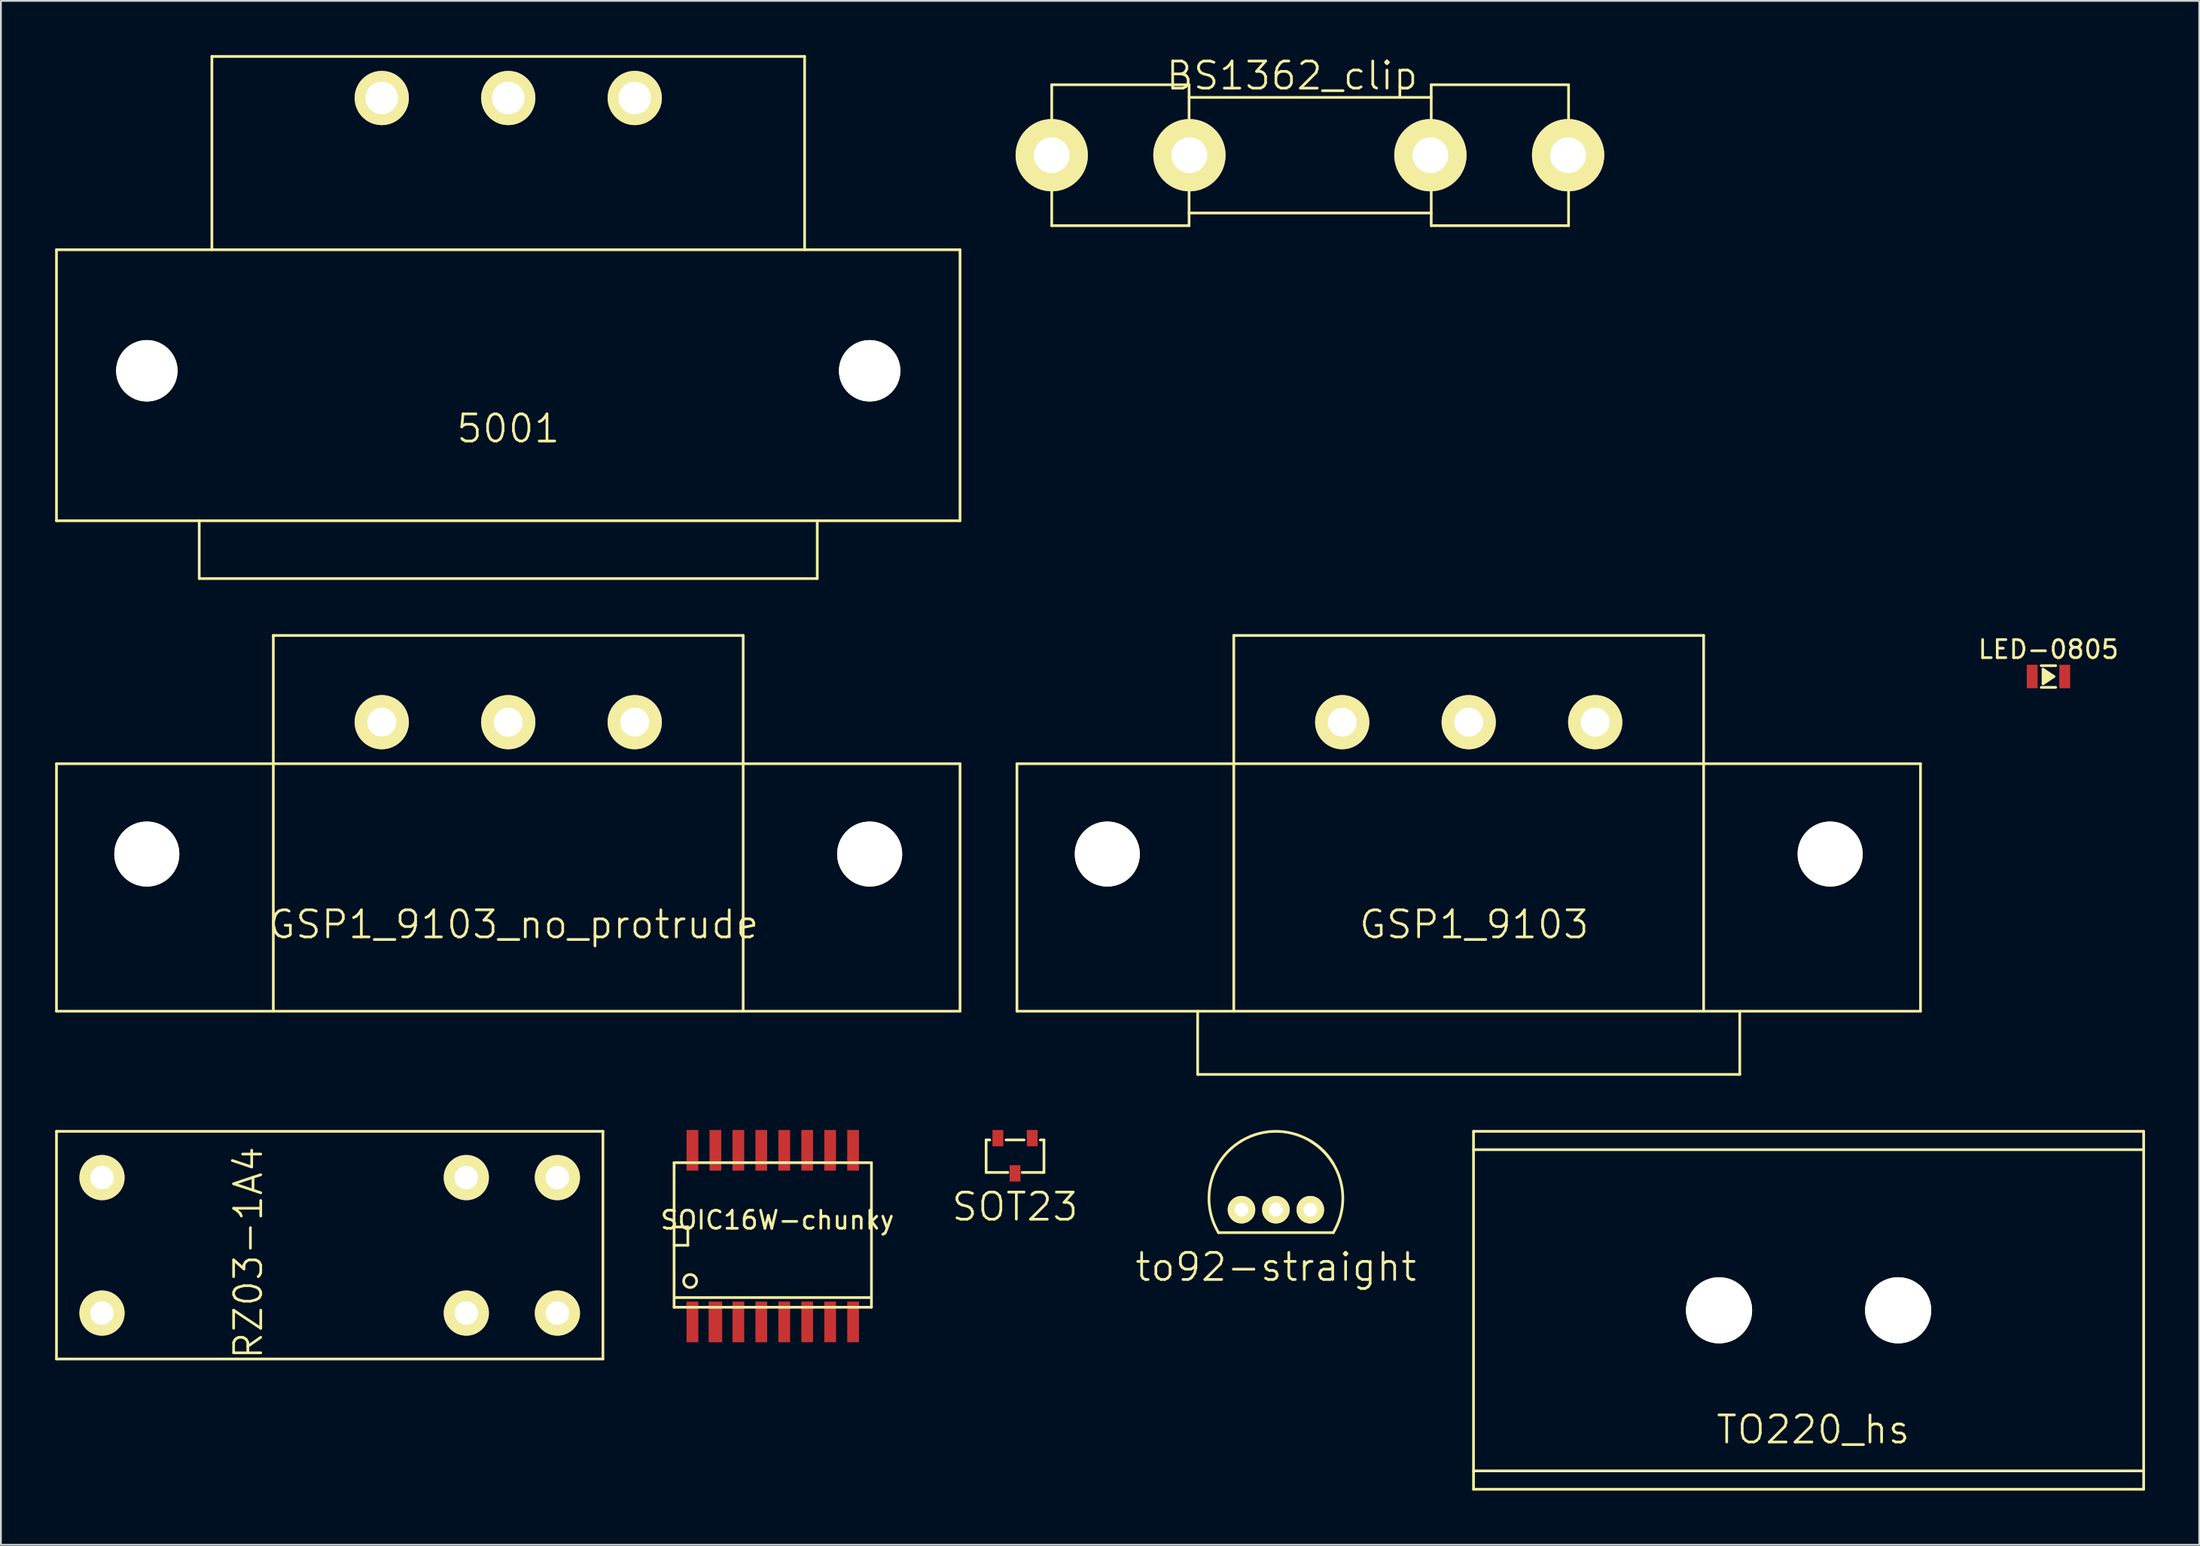
<source format=kicad_pcb>
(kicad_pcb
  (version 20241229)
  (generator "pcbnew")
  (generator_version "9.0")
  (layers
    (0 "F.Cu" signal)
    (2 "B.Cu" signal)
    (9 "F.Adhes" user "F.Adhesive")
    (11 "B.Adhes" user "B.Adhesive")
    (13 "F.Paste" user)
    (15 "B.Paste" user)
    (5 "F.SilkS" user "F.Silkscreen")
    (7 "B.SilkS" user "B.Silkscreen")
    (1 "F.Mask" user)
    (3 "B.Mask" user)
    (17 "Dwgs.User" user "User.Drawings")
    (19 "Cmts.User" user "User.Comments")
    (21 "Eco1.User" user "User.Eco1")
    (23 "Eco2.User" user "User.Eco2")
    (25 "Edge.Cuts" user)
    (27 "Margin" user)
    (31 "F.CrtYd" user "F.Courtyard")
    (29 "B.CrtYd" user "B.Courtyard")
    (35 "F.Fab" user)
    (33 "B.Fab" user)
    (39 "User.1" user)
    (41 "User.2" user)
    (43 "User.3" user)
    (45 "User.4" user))
  (footprint "SOT23"
    (layer "F.Cu")
    (at 53.12 61.95)
    (property "Reference" "SOT23" (at 0 1.8 0) (layer "F.SilkS") (effects (font (size 1.5 1.5) (thickness 0.15))))
    (attr through_hole)
    (fp_line (start -1.6 -1.9) (end -1.6 -0.1) (stroke (width 0.15) (type solid)) (layer "F.SilkS"))
    (fp_line (start -1.6 -0.1) (end -0.4 -0.1) (stroke (width 0.15) (type solid)) (layer "F.SilkS"))
    (fp_line (start -1.4 -1.9) (end -1.6 -1.9) (stroke (width 0.15) (type solid)) (layer "F.SilkS"))
    (fp_line (start 0.4 -0.1) (end 1.6 -0.1) (stroke (width 0.15) (type solid)) (layer "F.SilkS"))
    (fp_line (start 0.5 -1.9) (end -0.5 -1.9) (stroke (width 0.15) (type solid)) (layer "F.SilkS"))
    (fp_line (start 1.6 -1.9) (end 1.4 -1.9) (stroke (width 0.15) (type solid)) (layer "F.SilkS"))
    (fp_line (start 1.6 -0.1) (end 1.6 -1.9) (stroke (width 0.15) (type solid)) (layer "F.SilkS"))
    (pad "1" smd rect (at -0.95 -2) (size 0.6 0.9) (layers "F.Cu" "F.Mask" "F.Paste"))
    (pad "2" smd rect (at 0.95 -2) (size 0.6 0.9) (layers "F.Cu" "F.Mask" "F.Paste"))
    (pad "3" smd rect (at 0 -0.05) (size 0.6 0.9) (layers "F.Cu" "F.Mask" "F.Paste")))
  (footprint "GSP1_9103_no_protrude"
    (layer "F.Cu")
    (at 25.075 44.225)
    (property "Reference" "GSP1_9103_no_protrude" (at 0.3 3.9 0) (layer "F.SilkS") (effects (font (size 1.5 1.5) (thickness 0.15))))
    (attr through_hole)
    (fp_line (start -25 -5) (end -25 8.7) (stroke (width 0.15) (type solid)) (layer "F.SilkS"))
    (fp_line (start -25 -5) (end 25 -5) (stroke (width 0.15) (type solid)) (layer "F.SilkS"))
    (fp_line (start -25 8.7) (end 25 8.7) (stroke (width 0.15) (type solid)) (layer "F.SilkS"))
    (fp_line (start -13 -12.1) (end -13 8.7) (stroke (width 0.15) (type solid)) (layer "F.SilkS"))
    (fp_line (start -13 -12.1) (end 13 -12.1) (stroke (width 0.15) (type solid)) (layer "F.SilkS"))
    (fp_line (start 13 -12.1) (end 13 8.7) (stroke (width 0.15) (type solid)) (layer "F.SilkS"))
    (fp_line (start 25 -5) (end 25 8.7) (stroke (width 0.15) (type solid)) (layer "F.SilkS"))
    (pad "" np_thru_hole circle (at -20 0) (size 3.6 3.6) (drill 3.6) (layers "*.Cu" "*.Mask" "F.SilkS"))
    (pad "" np_thru_hole circle (at 20 0) (size 3.6 3.6) (drill 3.6) (layers "*.Cu" "*.Mask" "F.SilkS"))
    (pad "1" thru_hole circle (at 0 -7.3) (size 3 3) (drill 1.6) (layers "*.Cu" "*.Mask" "F.SilkS"))
    (pad "2" thru_hole circle (at 7 -7.3) (size 3 3) (drill 1.6) (layers "*.Cu" "*.Mask" "F.SilkS"))
    (pad "3" thru_hole circle (at -7 -7.3) (size 3 3) (drill 1.6) (layers "*.Cu" "*.Mask" "F.SilkS")))
  (footprint "5001"
    (layer "F.Cu")
    (at 25.075 17.475)
    (property "Reference" "5001" (at 0 3.2 0) (layer "F.SilkS") (effects (font (size 1.5 1.5) (thickness 0.15))))
    (attr through_hole)
    (fp_line (start -25 -6.7) (end 25 -6.7) (stroke (width 0.15) (type solid)) (layer "F.SilkS"))
    (fp_line (start -25 8.3) (end -25 -6.7) (stroke (width 0.15) (type solid)) (layer "F.SilkS"))
    (fp_line (start -17.1 11.5) (end -17.1 8.3) (stroke (width 0.15) (type solid)) (layer "F.SilkS"))
    (fp_line (start -16.4 -17.4) (end -16.4 -6.7) (stroke (width 0.15) (type solid)) (layer "F.SilkS"))
    (fp_line (start 16.4 -17.4) (end -16.4 -17.4) (stroke (width 0.15) (type solid)) (layer "F.SilkS"))
    (fp_line (start 16.4 -17.4) (end 16.4 -6.7) (stroke (width 0.15) (type solid)) (layer "F.SilkS"))
    (fp_line (start 17.1 11.5) (end -17.1 11.5) (stroke (width 0.15) (type solid)) (layer "F.SilkS"))
    (fp_line (start 17.1 11.5) (end 17.1 8.3) (stroke (width 0.15) (type solid)) (layer "F.SilkS"))
    (fp_line (start 25 8.3) (end -25 8.3) (stroke (width 0.15) (type solid)) (layer "F.SilkS"))
    (fp_line (start 25 8.3) (end 25 -6.7) (stroke (width 0.15) (type solid)) (layer "F.SilkS"))
    (pad "" np_thru_hole circle (at -20 0) (size 3.4 3.4) (drill 3.4) (layers "*.Cu" "*.Mask" "F.SilkS"))
    (pad "" np_thru_hole circle (at 20 0) (size 3.4 3.4) (drill 3.4) (layers "*.Cu" "*.Mask" "F.SilkS"))
    (pad "1" thru_hole circle (at 0 -15.1) (size 3 3) (drill 1.8) (layers "*.Cu" "*.Mask" "F.SilkS"))
    (pad "2" thru_hole circle (at -7 -15.1) (size 3 3) (drill 1.8) (layers "*.Cu" "*.Mask" "F.SilkS"))
    (pad "3" thru_hole circle (at 7 -15.1) (size 3 3) (drill 1.8) (layers "*.Cu" "*.Mask" "F.SilkS")))
  (footprint "RZ03-1A4"
    (layer "F.Cu")
    (at 10.155 67.135)
    (property "Reference" "RZ03-1A4" (at 0.537 -0.838 90) (layer "F.SilkS") (effects (font (size 1.5 1.5) (thickness 0.15))))
    (attr through_hole)
    (fp_line (start -10.08 -7.56) (end 20.16 -7.56) (stroke (width 0.15) (type solid)) (layer "F.SilkS"))
    (fp_line (start -10.08 5.04) (end -10.08 -7.56) (stroke (width 0.15) (type solid)) (layer "F.SilkS"))
    (fp_line (start 20.16 -7.56) (end 20.16 5.04) (stroke (width 0.15) (type solid)) (layer "F.SilkS"))
    (fp_line (start 20.16 5.04) (end -10.08 5.04) (stroke (width 0.15) (type solid)) (layer "F.SilkS"))
    (pad "1" thru_hole circle (at -7.56 -5) (size 2.5 2.5) (drill 1.3) (layers "*.Cu" "*.Mask" "F.SilkS"))
    (pad "2" thru_hole circle (at -7.56 2.5) (size 2.5 2.5) (drill 1.3) (layers "*.Cu" "*.Mask" "F.SilkS"))
    (pad "3" thru_hole circle (at 12.6 -5) (size 2.5 2.5) (drill 1.3) (layers "*.Cu" "*.Mask" "F.SilkS"))
    (pad "3" thru_hole circle (at 12.6 2.5) (size 2.5 2.5) (drill 1.3) (layers "*.Cu" "*.Mask" "F.SilkS"))
    (pad "4" thru_hole circle (at 17.64 -5) (size 2.5 2.5) (drill 1.3) (layers "*.Cu" "*.Mask" "F.SilkS"))
    (pad "4" thru_hole circle (at 17.64 2.5) (size 2.5 2.5) (drill 1.3) (layers "*.Cu" "*.Mask" "F.SilkS")))
  (footprint "LED-0805"
    (layer "F.Cu")
    (at 110.306 34.398)
    (property "Reference" "LED-0805" (at 0 -1.5 0) (layer "F.SilkS") (effects (font (size 1 1) (thickness 0.15))))
    (attr smd)
    (fp_line (start -0.4 -0.6) (end 0.4 -0.6) (stroke (width 0.15) (type solid)) (layer "F.SilkS"))
    (fp_line (start -0.4 0.6) (end 0.4 0.6) (stroke (width 0.15) (type solid)) (layer "F.SilkS"))
    (fp_line (start -0.3 -0.4) (end -0.3 0.4) (stroke (width 0.15) (type solid)) (layer "F.SilkS"))
    (fp_line (start -0.3 -0.4) (end 0.3 0) (stroke (width 0.15) (type solid)) (layer "F.SilkS"))
    (fp_line (start -0.2 -0.2) (end -0.2 0.2) (stroke (width 0.15) (type solid)) (layer "F.SilkS"))
    (fp_line (start -0.2 0) (end 0 0) (stroke (width 0.15) (type solid)) (layer "F.SilkS"))
    (fp_line (start -0.2 0.2) (end 0.1 0) (stroke (width 0.15) (type solid)) (layer "F.SilkS"))
    (fp_line (start 0.1 0) (end -0.2 -0.2) (stroke (width 0.15) (type solid)) (layer "F.SilkS"))
    (fp_line (start 0.3 0) (end -0.3 0.4) (stroke (width 0.15) (type solid)) (layer "F.SilkS"))
    (pad "1" smd rect (at -0.9 0) (size 0.6 1.3) (layers "F.Cu" "F.Mask" "F.Paste"))
    (pad "2" smd rect (at 0.9 0) (size 0.6 1.3) (layers "F.Cu" "F.Mask" "F.Paste")))
  (footprint "to92-straight"
    (layer "F.Cu")
    (at 67.555 64.548)
    (property "Reference" "to92-straight" (at 0 2.54 0) (layer "F.SilkS") (effects (font (size 1.5 1.5) (thickness 0.15))))
    (attr through_hole)
    (fp_line (start -3.175 0.635) (end 3.175 0.635) (stroke (width 0.15) (type solid)) (layer "F.SilkS"))
    (fp_arc (start -3.175 0.635) (mid -3.592102 -2.168026) (end -1.905 -4.445) (stroke (width 0.15) (type solid)) (layer "F.SilkS"))
    (fp_arc (start -1.905 -4.445) (mid 0.898026 -4.862102) (end 3.175 -3.175) (stroke (width 0.15) (type solid)) (layer "F.SilkS"))
    (fp_arc (start 1.905 -4.445) (mid 3.592102 -2.168026) (end 3.175 0.635) (stroke (width 0.15) (type solid)) (layer "F.SilkS"))
    (pad "1" thru_hole circle (at -1.905 -0.635) (size 1.524 1.524) (drill 0.762) (layers "*.Cu" "*.Mask" "F.SilkS"))
    (pad "2" thru_hole circle (at 0 -0.635) (size 1.524 1.524) (drill 0.762) (layers "*.Cu" "*.Mask" "F.SilkS"))
    (pad "3" thru_hole circle (at 1.905 -0.635) (size 1.524 1.524) (drill 0.762) (layers "*.Cu" "*.Mask" "F.SilkS")))
  (footprint "GSP1_9103"
    (layer "F.Cu")
    (at 78.225 44.225)
    (property "Reference" "GSP1_9103" (at 0.3 3.9 0) (layer "F.SilkS") (effects (font (size 1.5 1.5) (thickness 0.15))))
    (attr through_hole)
    (fp_line (start -25 -5) (end -25 8.7) (stroke (width 0.15) (type solid)) (layer "F.SilkS"))
    (fp_line (start -25 -5) (end 25 -5) (stroke (width 0.15) (type solid)) (layer "F.SilkS"))
    (fp_line (start -25 8.7) (end 25 8.7) (stroke (width 0.15) (type solid)) (layer "F.SilkS"))
    (fp_line (start -15 12.2) (end -15 8.7) (stroke (width 0.15) (type solid)) (layer "F.SilkS"))
    (fp_line (start -15 12.2) (end 15 12.2) (stroke (width 0.15) (type solid)) (layer "F.SilkS"))
    (fp_line (start -13 -12.1) (end -13 8.7) (stroke (width 0.15) (type solid)) (layer "F.SilkS"))
    (fp_line (start -13 -12.1) (end 13 -12.1) (stroke (width 0.15) (type solid)) (layer "F.SilkS"))
    (fp_line (start 13 -12.1) (end 13 8.7) (stroke (width 0.15) (type solid)) (layer "F.SilkS"))
    (fp_line (start 15 12.2) (end 15 8.7) (stroke (width 0.15) (type solid)) (layer "F.SilkS"))
    (fp_line (start 25 -5) (end 25 8.7) (stroke (width 0.15) (type solid)) (layer "F.SilkS"))
    (pad "" np_thru_hole circle (at -20 0) (size 3.6 3.6) (drill 3.6) (layers "*.Cu" "*.Mask" "F.SilkS"))
    (pad "" np_thru_hole circle (at 20 0) (size 3.6 3.6) (drill 3.6) (layers "*.Cu" "*.Mask" "F.SilkS"))
    (pad "1" thru_hole circle (at 0 -7.3) (size 3 3) (drill 1.6) (layers "*.Cu" "*.Mask" "F.SilkS"))
    (pad "2" thru_hole circle (at 7 -7.3) (size 3 3) (drill 1.6) (layers "*.Cu" "*.Mask" "F.SilkS"))
    (pad "3" thru_hole circle (at -7 -7.3) (size 3 3) (drill 1.6) (layers "*.Cu" "*.Mask" "F.SilkS")))
  (footprint "SOIC16W-chunky"
    (layer "F.Cu")
    (at 39.713 65.375)
    (property "Reference" "SOIC16W-chunky" (at 0.254 -0.889 0) (layer "F.SilkS") (effects (font (size 1 1) (thickness 0.15))))
    (attr smd)
    (fp_line (start -5.461 -4.064) (end 5.461 -4.064) (stroke (width 0.15) (type solid)) (layer "F.SilkS"))
    (fp_line (start -5.461 -0.508) (end -4.699 -0.508) (stroke (width 0.15) (type solid)) (layer "F.SilkS"))
    (fp_line (start -5.461 3.937) (end -5.461 -4.064) (stroke (width 0.15) (type solid)) (layer "F.SilkS"))
    (fp_line (start -5.4 3.4) (end 5.4 3.4) (stroke (width 0.15) (type solid)) (layer "F.SilkS"))
    (fp_line (start -4.699 -0.508) (end -4.699 0.508) (stroke (width 0.15) (type solid)) (layer "F.SilkS"))
    (fp_line (start -4.699 0.508) (end -5.461 0.508) (stroke (width 0.15) (type solid)) (layer "F.SilkS"))
    (fp_line (start 5.461 -4.064) (end 5.461 3.937) (stroke (width 0.15) (type solid)) (layer "F.SilkS"))
    (fp_line (start 5.461 3.937) (end -5.461 3.937) (stroke (width 0.15) (type solid)) (layer "F.SilkS"))
    (fp_circle (center -4.572 2.486) (end -4.318 2.232) (stroke (width 0.15) (type solid)) (fill no) (layer "F.SilkS"))
    (pad "1" smd rect (at -4.445 4.75) (size 0.65 2.25) (layers "F.Cu" "F.Mask" "F.Paste"))
    (pad "2" smd rect (at -3.175 4.75) (size 0.75 2.25) (layers "F.Cu" "F.Mask" "F.Paste"))
    (pad "3" smd rect (at -1.905 4.75) (size 0.65 2.25) (layers "F.Cu" "F.Mask" "F.Paste"))
    (pad "4" smd rect (at -0.635 4.75) (size 0.65 2.25) (layers "F.Cu" "F.Mask" "F.Paste"))
    (pad "5" smd rect (at 0.635 4.75) (size 0.65 2.25) (layers "F.Cu" "F.Mask" "F.Paste"))
    (pad "6" smd rect (at 1.905 4.75) (size 0.65 2.25) (layers "F.Cu" "F.Mask" "F.Paste"))
    (pad "7" smd rect (at 3.175 4.75) (size 0.65 2.25) (layers "F.Cu" "F.Mask" "F.Paste"))
    (pad "8" smd rect (at 4.445 4.75) (size 0.65 2.25) (layers "F.Cu" "F.Mask" "F.Paste"))
    (pad "9" smd rect (at 4.445 -4.75) (size 0.65 2.25) (layers "F.Cu" "F.Mask" "F.Paste"))
    (pad "10" smd rect (at 3.175 -4.75) (size 0.65 2.25) (layers "F.Cu" "F.Mask" "F.Paste"))
    (pad "11" smd rect (at 1.905 -4.75) (size 0.65 2.25) (layers "F.Cu" "F.Mask" "F.Paste"))
    (pad "12" smd rect (at 0.635 -4.75) (size 0.65 2.25) (layers "F.Cu" "F.Mask" "F.Paste"))
    (pad "13" smd rect (at -0.635 -4.75) (size 0.65 2.25) (layers "F.Cu" "F.Mask" "F.Paste"))
    (pad "14" smd rect (at -1.905 -4.75) (size 0.65 2.25) (layers "F.Cu" "F.Mask" "F.Paste"))
    (pad "15" smd rect (at -3.175 -4.75) (size 0.65 2.25) (layers "F.Cu" "F.Mask" "F.Paste"))
    (pad "16" smd rect (at -4.445 -4.75) (size 0.65 2.25) (layers "F.Cu" "F.Mask" "F.Paste")))
  (footprint "BS1362_clip"
    (layer "F.Cu")
    (at 55.15 5.541)
    (property "Reference" "BS1362_clip" (at 13.3 -4.4 0) (layer "F.SilkS") (effects (font (size 1.5 1.5) (thickness 0.15))))
    (attr through_hole)
    (fp_line (start 0 -3.9) (end 0 3.9) (stroke (width 0.15) (type solid)) (layer "F.SilkS"))
    (fp_line (start 0 -3.9) (end 7.6 -3.9) (stroke (width 0.15) (type solid)) (layer "F.SilkS"))
    (fp_line (start 7.6 -3.9) (end 7.6 3.9) (stroke (width 0.15) (type solid)) (layer "F.SilkS"))
    (fp_line (start 7.6 -3.2) (end 21 -3.2) (stroke (width 0.15) (type solid)) (layer "F.SilkS"))
    (fp_line (start 7.6 3.9) (end 0 3.9) (stroke (width 0.15) (type solid)) (layer "F.SilkS"))
    (fp_line (start 21 -3.9) (end 21 3.9) (stroke (width 0.15) (type solid)) (layer "F.SilkS"))
    (fp_line (start 21 3.2) (end 7.6 3.2) (stroke (width 0.15) (type solid)) (layer "F.SilkS"))
    (fp_line (start 21 3.9) (end 28.6 3.9) (stroke (width 0.15) (type solid)) (layer "F.SilkS"))
    (fp_line (start 28.6 -3.9) (end 21 -3.9) (stroke (width 0.15) (type solid)) (layer "F.SilkS"))
    (fp_line (start 28.6 3.9) (end 28.6 -3.9) (stroke (width 0.15) (type solid)) (layer "F.SilkS"))
    (pad "1" thru_hole circle (at 0 0) (size 4 4) (drill 1.98) (layers "*.Cu" "*.Mask" "F.SilkS"))
    (pad "1" thru_hole circle (at 7.62 0) (size 4 4) (drill 1.98) (layers "*.Cu" "*.Mask" "F.SilkS"))
    (pad "2" thru_hole circle (at 20.955 0) (size 4 4) (drill 1.98) (layers "*.Cu" "*.Mask" "F.SilkS"))
    (pad "2" thru_hole circle (at 28.575 0) (size 4 4) (drill 1.98) (layers "*.Cu" "*.Mask" "F.SilkS")))
  (footprint "TO220_hs"
    (layer "F.Cu")
    (at 97.033 69.481)
    (property "Reference" "TO220_hs" (at 0.254 6.604 0) (layer "F.SilkS") (effects (font (size 1.5 1.5) (thickness 0.15))))
    (attr through_hole)
    (fp_line (start -18.542 -9.906) (end 18.542 -9.906) (stroke (width 0.15) (type solid)) (layer "F.SilkS"))
    (fp_line (start -18.542 -8.89) (end 18.542 -8.89) (stroke (width 0.15) (type solid)) (layer "F.SilkS"))
    (fp_line (start -18.542 9.906) (end -18.542 -9.906) (stroke (width 0.15) (type solid)) (layer "F.SilkS"))
    (fp_line (start 18.542 -9.906) (end 18.542 9.906) (stroke (width 0.15) (type solid)) (layer "F.SilkS"))
    (fp_line (start 18.542 8.89) (end -18.542 8.89) (stroke (width 0.15) (type solid)) (layer "F.SilkS"))
    (fp_line (start 18.542 9.906) (end -18.542 9.906) (stroke (width 0.15) (type solid)) (layer "F.SilkS"))
    (pad "" np_thru_hole circle (at -4.955 0) (size 3.66 3.66) (drill 3.66) (layers "*.Cu" "*.Mask" "F.SilkS"))
    (pad "" np_thru_hole circle (at 4.955 0) (size 3.66 3.66) (drill 3.66) (layers "*.Cu" "*.Mask" "F.SilkS")))
  (gr_rect
    (start -3 -3)
    (end 118.65 82.462)
    (stroke (width 0.1) (type default))
    (fill no)
    (layer "Edge.Cuts")))
</source>
